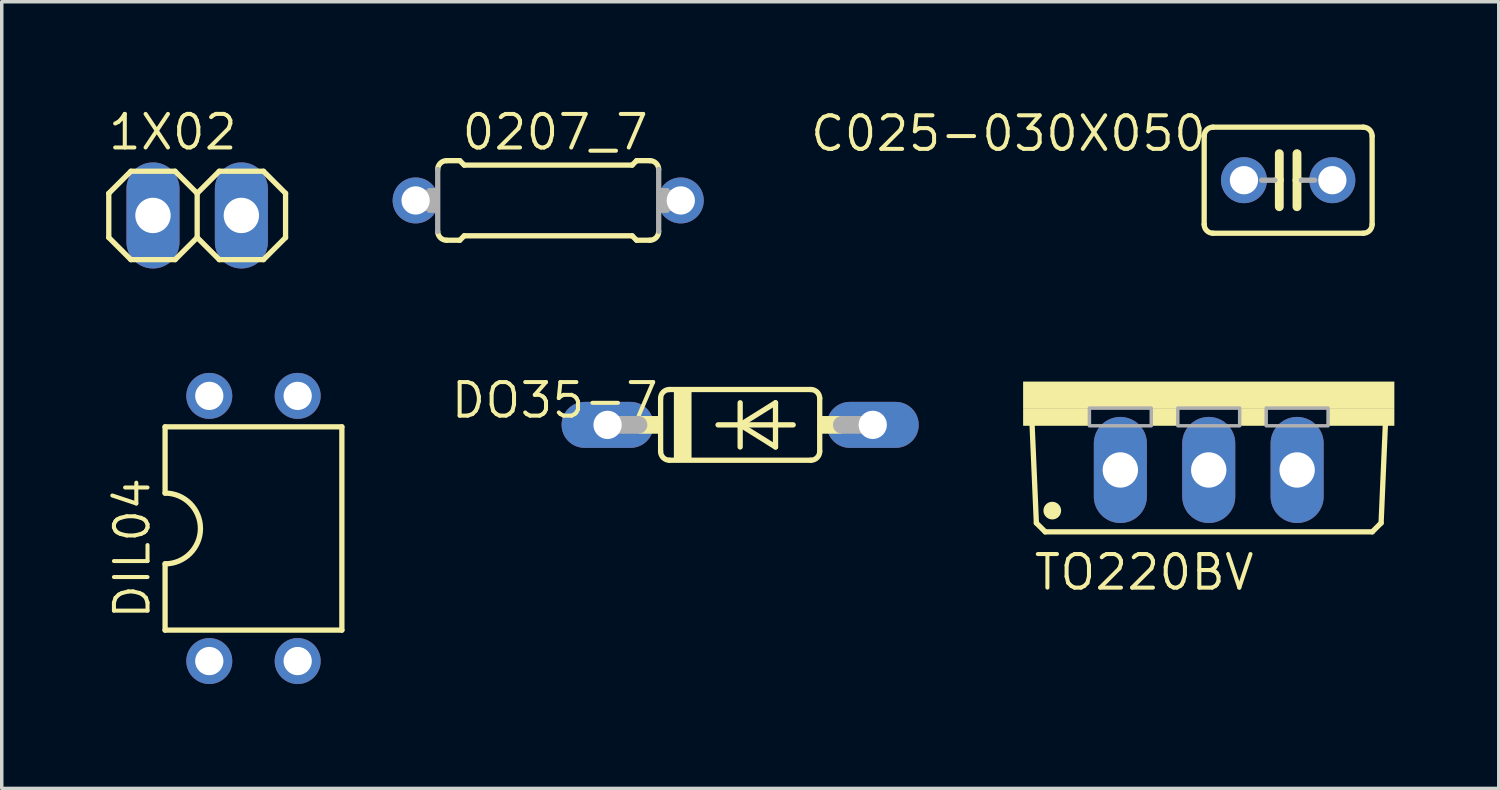
<source format=kicad_pcb>
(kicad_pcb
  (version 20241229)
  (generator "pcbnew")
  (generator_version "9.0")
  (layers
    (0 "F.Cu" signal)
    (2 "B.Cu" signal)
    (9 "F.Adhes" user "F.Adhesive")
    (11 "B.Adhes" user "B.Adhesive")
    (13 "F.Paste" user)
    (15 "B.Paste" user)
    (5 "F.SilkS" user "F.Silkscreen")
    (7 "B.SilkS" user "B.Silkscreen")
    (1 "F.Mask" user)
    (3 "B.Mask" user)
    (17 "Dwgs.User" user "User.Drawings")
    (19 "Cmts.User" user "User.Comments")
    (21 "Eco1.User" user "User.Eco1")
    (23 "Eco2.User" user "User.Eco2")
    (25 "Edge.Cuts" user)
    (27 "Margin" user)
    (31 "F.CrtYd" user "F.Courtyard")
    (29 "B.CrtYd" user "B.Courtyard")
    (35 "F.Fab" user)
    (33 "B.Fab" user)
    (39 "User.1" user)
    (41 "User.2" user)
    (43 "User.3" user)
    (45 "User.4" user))
  (footprint "DO35-7"
    (layer "F.Cu")
    (at 18.219 9.159)
    (property "Reference" "DO35-7" (at -2.286 -1.27 180) (layer "F.SilkS") (effects (font (size 0.965 0.965) (thickness 0.116)) (justify right top)))
    (attr through_hole)
    (fp_line (start -2.286 -0.762) (end -2.286 0.762) (stroke (width 0.152) (type solid)) (layer "F.SilkS"))
    (fp_line (start -2.032 -1.016) (end 2.032 -1.016) (stroke (width 0.152) (type solid)) (layer "F.SilkS"))
    (fp_line (start -2.032 1.016) (end 2.032 1.016) (stroke (width 0.152) (type solid)) (layer "F.SilkS"))
    (fp_line (start -0.635 0) (end 0 0) (stroke (width 0.152) (type solid)) (layer "F.SilkS"))
    (fp_line (start 0 -0.635) (end 0 0) (stroke (width 0.152) (type solid)) (layer "F.SilkS"))
    (fp_line (start 0 0) (end 0 0.635) (stroke (width 0.152) (type solid)) (layer "F.SilkS"))
    (fp_line (start 0 0) (end 1.016 -0.635) (stroke (width 0.152) (type solid)) (layer "F.SilkS"))
    (fp_line (start 0 0) (end 1.524 0) (stroke (width 0.152) (type solid)) (layer "F.SilkS"))
    (fp_line (start 1.016 -0.635) (end 1.016 0.635) (stroke (width 0.152) (type solid)) (layer "F.SilkS"))
    (fp_line (start 1.016 0.635) (end 0 0) (stroke (width 0.152) (type solid)) (layer "F.SilkS"))
    (fp_line (start 2.286 -0.762) (end 2.286 0.762) (stroke (width 0.152) (type solid)) (layer "F.SilkS"))
    (fp_arc (start -2.286 -0.762) (mid -2.211605 -0.941605) (end -2.032 -1.016) (stroke (width 0.1524) (type solid)) (layer "F.SilkS"))
    (fp_arc (start -2.032 1.016) (mid -2.211605 0.941605) (end -2.286 0.762) (stroke (width 0.1524) (type solid)) (layer "F.SilkS"))
    (fp_arc (start 2.032 -1.016) (mid 2.211605 -0.941605) (end 2.286 -0.762) (stroke (width 0.1524) (type solid)) (layer "F.SilkS"))
    (fp_arc (start 2.286 0.762) (mid 2.211605 0.941605) (end 2.032 1.016) (stroke (width 0.1524) (type solid)) (layer "F.SilkS"))
    (fp_poly (pts (xy -2.921 0.254) (xy -2.286 0.254) (xy -2.286 -0.254) (xy -2.921 -0.254)) (stroke (width 0) (type solid)) (fill yes) (layer "F.SilkS"))
    (fp_poly (pts (xy -1.905 1.016) (xy -1.397 1.016) (xy -1.397 -1.016) (xy -1.905 -1.016)) (stroke (width 0) (type solid)) (fill yes) (layer "F.SilkS"))
    (fp_poly (pts (xy 2.286 0.254) (xy 2.921 0.254) (xy 2.921 -0.254) (xy 2.286 -0.254)) (stroke (width 0) (type solid)) (fill yes) (layer "F.SilkS"))
    (fp_line (start -3.81 0) (end -2.921 0) (stroke (width 0.508) (type solid)) (layer "F.Fab"))
    (fp_line (start 3.81 0) (end 2.921 0) (stroke (width 0.508) (type solid)) (layer "F.Fab"))
    (pad "A" thru_hole oval (at 3.81 0) (size 2.642 1.321) (drill 0.813) (layers "*.Cu" "*.Mask"))
    (pad "C" thru_hole oval (at -3.81 0) (size 2.642 1.321) (drill 0.813) (layers "*.Cu" "*.Mask")))
  (footprint "C025-030X050"
    (layer "F.Cu")
    (at 33.966 2.128)
    (property "Reference" "C025-030X050" (at -2.286 -1.905 180) (layer "F.SilkS") (effects (font (size 0.965 0.965) (thickness 0.116)) (justify right top)))
    (attr through_hole)
    (fp_line (start -2.413 -1.27) (end -2.413 1.27) (stroke (width 0.152) (type solid)) (layer "F.SilkS"))
    (fp_line (start -2.159 -1.524) (end 2.159 -1.524) (stroke (width 0.152) (type solid)) (layer "F.SilkS"))
    (fp_line (start -0.254 -0.762) (end -0.254 0) (stroke (width 0.254) (type solid)) (layer "F.SilkS"))
    (fp_line (start -0.254 0) (end -0.381 0) (stroke (width 0.152) (type solid)) (layer "F.SilkS"))
    (fp_line (start -0.254 0) (end -0.254 0.762) (stroke (width 0.254) (type solid)) (layer "F.SilkS"))
    (fp_line (start 0.254 0) (end 0.254 -0.762) (stroke (width 0.254) (type solid)) (layer "F.SilkS"))
    (fp_line (start 0.254 0) (end 0.254 0.762) (stroke (width 0.254) (type solid)) (layer "F.SilkS"))
    (fp_line (start 0.381 0) (end 0.254 0) (stroke (width 0.152) (type solid)) (layer "F.SilkS"))
    (fp_line (start 2.159 1.524) (end -2.159 1.524) (stroke (width 0.152) (type solid)) (layer "F.SilkS"))
    (fp_line (start 2.413 -1.27) (end 2.413 1.27) (stroke (width 0.152) (type solid)) (layer "F.SilkS"))
    (fp_arc (start -2.413 -1.27) (mid -2.338605 -1.449605) (end -2.159 -1.524) (stroke (width 0.1524) (type solid)) (layer "F.SilkS"))
    (fp_arc (start -2.159 1.524) (mid -2.338605 1.449605) (end -2.413 1.27) (stroke (width 0.1524) (type solid)) (layer "F.SilkS"))
    (fp_arc (start 2.159 -1.524) (mid 2.338605 -1.449605) (end 2.413 -1.27) (stroke (width 0.1524) (type solid)) (layer "F.SilkS"))
    (fp_arc (start 2.413 1.27) (mid 2.338605 1.449605) (end 2.159 1.524) (stroke (width 0.1524) (type solid)) (layer "F.SilkS"))
    (fp_line (start -0.381 0) (end -0.762 0) (stroke (width 0.152) (type solid)) (layer "F.Fab"))
    (fp_line (start 0.762 0) (end 0.381 0) (stroke (width 0.152) (type solid)) (layer "F.Fab"))
    (pad "1" thru_hole circle (at -1.27 0) (size 1.321 1.321) (drill 0.813) (layers "*.Cu" "*.Mask"))
    (pad "2" thru_hole circle (at 1.27 0) (size 1.321 1.321) (drill 0.813) (layers "*.Cu" "*.Mask")))
  (footprint "1X02"
    (layer "F.Cu")
    (at 2.616 3.141)
    (property "Reference" "1X02" (at -2.616 -1.829 0) (layer "F.SilkS") (effects (font (size 0.965 0.965) (thickness 0.116)) (justify left bottom)))
    (attr through_hole)
    (fp_line (start -2.54 -0.635) (end -2.54 0.635) (stroke (width 0.152) (type solid)) (layer "F.SilkS"))
    (fp_line (start -2.54 0.635) (end -1.905 1.27) (stroke (width 0.152) (type solid)) (layer "F.SilkS"))
    (fp_line (start -1.905 -1.27) (end -2.54 -0.635) (stroke (width 0.152) (type solid)) (layer "F.SilkS"))
    (fp_line (start -1.905 -1.27) (end -0.635 -1.27) (stroke (width 0.152) (type solid)) (layer "F.SilkS"))
    (fp_line (start -0.635 -1.27) (end 0 -0.635) (stroke (width 0.152) (type solid)) (layer "F.SilkS"))
    (fp_line (start -0.635 1.27) (end -1.905 1.27) (stroke (width 0.152) (type solid)) (layer "F.SilkS"))
    (fp_line (start 0 -0.635) (end 0 0.635) (stroke (width 0.152) (type solid)) (layer "F.SilkS"))
    (fp_line (start 0 -0.635) (end 0.635 -1.27) (stroke (width 0.152) (type solid)) (layer "F.SilkS"))
    (fp_line (start 0 0.635) (end -0.635 1.27) (stroke (width 0.152) (type solid)) (layer "F.SilkS"))
    (fp_line (start 0.635 -1.27) (end 1.905 -1.27) (stroke (width 0.152) (type solid)) (layer "F.SilkS"))
    (fp_line (start 0.635 1.27) (end 0 0.635) (stroke (width 0.152) (type solid)) (layer "F.SilkS"))
    (fp_line (start 1.905 -1.27) (end 2.54 -0.635) (stroke (width 0.152) (type solid)) (layer "F.SilkS"))
    (fp_line (start 1.905 1.27) (end 0.635 1.27) (stroke (width 0.152) (type solid)) (layer "F.SilkS"))
    (fp_line (start 2.54 -0.635) (end 2.54 0.635) (stroke (width 0.152) (type solid)) (layer "F.SilkS"))
    (fp_line (start 2.54 0.635) (end 1.905 1.27) (stroke (width 0.152) (type solid)) (layer "F.SilkS"))
    (fp_poly (pts (xy -1.524 0.254) (xy -1.016 0.254) (xy -1.016 -0.254) (xy -1.524 -0.254)) (stroke (width 0.1) (type solid)) (fill no) (layer "F.Fab"))
    (fp_poly (pts (xy 1.016 0.254) (xy 1.524 0.254) (xy 1.524 -0.254) (xy 1.016 -0.254)) (stroke (width 0.1) (type solid)) (fill no) (layer "F.Fab"))
    (pad "1" thru_hole oval (at -1.27 0 90) (size 3.048 1.524) (drill 1.016) (layers "*.Cu" "*.Mask"))
    (pad "2" thru_hole oval (at 1.27 0 90) (size 3.048 1.524) (drill 1.016) (layers "*.Cu" "*.Mask")))
  (footprint "0207_7"
    (layer "F.Cu")
    (at 12.703 2.71)
    (property "Reference" "0207_7" (at -2.54 -1.397 0) (layer "F.SilkS") (effects (font (size 0.965 0.965) (thickness 0.116)) (justify left bottom)))
    (attr through_hole)
    (fp_line (start -2.921 -1.143) (end -2.54 -1.143) (stroke (width 0.152) (type solid)) (layer "F.SilkS"))
    (fp_line (start -2.921 1.143) (end -2.54 1.143) (stroke (width 0.152) (type solid)) (layer "F.SilkS"))
    (fp_line (start -2.413 -1.016) (end -2.54 -1.143) (stroke (width 0.152) (type solid)) (layer "F.SilkS"))
    (fp_line (start -2.413 1.016) (end -2.54 1.143) (stroke (width 0.152) (type solid)) (layer "F.SilkS"))
    (fp_line (start 2.413 -1.016) (end -2.413 -1.016) (stroke (width 0.152) (type solid)) (layer "F.SilkS"))
    (fp_line (start 2.413 -1.016) (end 2.54 -1.143) (stroke (width 0.152) (type solid)) (layer "F.SilkS"))
    (fp_line (start 2.413 1.016) (end -2.413 1.016) (stroke (width 0.152) (type solid)) (layer "F.SilkS"))
    (fp_line (start 2.413 1.016) (end 2.54 1.143) (stroke (width 0.152) (type solid)) (layer "F.SilkS"))
    (fp_line (start 2.921 -1.143) (end 2.54 -1.143) (stroke (width 0.152) (type solid)) (layer "F.SilkS"))
    (fp_line (start 2.921 1.143) (end 2.54 1.143) (stroke (width 0.152) (type solid)) (layer "F.SilkS"))
    (fp_arc (start -3.175 -0.889) (mid -3.100605 -1.068605) (end -2.921 -1.143) (stroke (width 0.1524) (type solid)) (layer "F.SilkS"))
    (fp_arc (start -2.921 1.143) (mid -3.100605 1.068605) (end -3.175 0.889) (stroke (width 0.1524) (type solid)) (layer "F.SilkS"))
    (fp_arc (start 2.921 -1.143) (mid 3.100605 -1.068605) (end 3.175 -0.889) (stroke (width 0.1524) (type solid)) (layer "F.SilkS"))
    (fp_arc (start 3.175 0.889) (mid 3.100605 1.068605) (end 2.921 1.143) (stroke (width 0.1524) (type solid)) (layer "F.SilkS"))
    (fp_line (start -3.81 0) (end -3.429 0) (stroke (width 0.61) (type solid)) (layer "F.Fab"))
    (fp_line (start -3.175 0.889) (end -3.175 -0.889) (stroke (width 0.152) (type solid)) (layer "F.Fab"))
    (fp_line (start 3.175 0.889) (end 3.175 -0.889) (stroke (width 0.152) (type solid)) (layer "F.Fab"))
    (fp_line (start 3.429 0) (end 3.81 0) (stroke (width 0.61) (type solid)) (layer "F.Fab"))
    (fp_poly (pts (xy -3.429 0.305) (xy -3.175 0.305) (xy -3.175 -0.305) (xy -3.429 -0.305)) (stroke (width 0.1) (type solid)) (fill no) (layer "F.Fab"))
    (fp_poly (pts (xy 3.175 0.305) (xy 3.429 0.305) (xy 3.429 -0.305) (xy 3.175 -0.305)) (stroke (width 0.1) (type solid)) (fill no) (layer "F.Fab"))
    (pad "1" thru_hole circle (at -3.81 0) (size 1.321 1.321) (drill 0.813) (layers "*.Cu" "*.Mask"))
    (pad "2" thru_hole circle (at 3.81 0) (size 1.321 1.321) (drill 0.813) (layers "*.Cu" "*.Mask")))
  (footprint "TO220BV"
    (layer "F.Cu")
    (at 31.684 7.915)
    (property "Reference" "TO220BV" (at -5.08 6.045 0) (layer "F.SilkS") (effects (font (size 0.965 0.965) (thickness 0.116)) (justify left bottom)))
    (attr through_hole)
    (fp_line (start -4.953 4.064) (end -5.08 1.143) (stroke (width 0.152) (type solid)) (layer "F.SilkS"))
    (fp_line (start -4.953 4.064) (end -4.699 4.318) (stroke (width 0.152) (type solid)) (layer "F.SilkS"))
    (fp_line (start 4.699 4.318) (end -4.699 4.318) (stroke (width 0.152) (type solid)) (layer "F.SilkS"))
    (fp_line (start 4.699 4.318) (end 4.953 4.064) (stroke (width 0.152) (type solid)) (layer "F.SilkS"))
    (fp_line (start 5.08 1.143) (end 4.953 4.064) (stroke (width 0.152) (type solid)) (layer "F.SilkS"))
    (fp_circle (center -4.496 3.708) (end -4.242 3.708) (stroke (width 0) (type solid)) (fill yes) (layer "F.SilkS"))
    (fp_poly (pts (xy -5.334 0.762) (xy 5.334 0.762) (xy 5.334 0) (xy -5.334 0)) (stroke (width 0) (type solid)) (fill yes) (layer "F.SilkS"))
    (fp_poly (pts (xy -5.334 1.27) (xy -3.429 1.27) (xy -3.429 0.762) (xy -5.334 0.762)) (stroke (width 0) (type solid)) (fill yes) (layer "F.SilkS"))
    (fp_poly (pts (xy -1.651 1.27) (xy -0.889 1.27) (xy -0.889 0.762) (xy -1.651 0.762)) (stroke (width 0) (type solid)) (fill yes) (layer "F.SilkS"))
    (fp_poly (pts (xy 0.889 1.27) (xy 1.651 1.27) (xy 1.651 0.762) (xy 0.889 0.762)) (stroke (width 0) (type solid)) (fill yes) (layer "F.SilkS"))
    (fp_poly (pts (xy 3.429 1.27) (xy 5.334 1.27) (xy 5.334 0.762) (xy 3.429 0.762)) (stroke (width 0) (type solid)) (fill yes) (layer "F.SilkS"))
    (fp_poly (pts (xy -3.429 1.27) (xy -1.651 1.27) (xy -1.651 0.762) (xy -3.429 0.762)) (stroke (width 0.1) (type solid)) (fill no) (layer "F.Fab"))
    (fp_poly (pts (xy -0.889 1.27) (xy 0.889 1.27) (xy 0.889 0.762) (xy -0.889 0.762)) (stroke (width 0.1) (type solid)) (fill no) (layer "F.Fab"))
    (fp_poly (pts (xy 1.651 1.27) (xy 3.429 1.27) (xy 3.429 0.762) (xy 1.651 0.762)) (stroke (width 0.1) (type solid)) (fill no) (layer "F.Fab"))
    (pad "D" thru_hole oval (at 0 2.54 90) (size 3.048 1.524) (drill 1.016) (layers "*.Cu" "*.Mask"))
    (pad "G" thru_hole oval (at -2.54 2.54 90) (size 3.048 1.524) (drill 1.016) (layers "*.Cu" "*.Mask"))
    (pad "S" thru_hole oval (at 2.54 2.54 90) (size 3.048 1.524) (drill 1.016) (layers "*.Cu" "*.Mask")))
  (footprint "DIL04"
    (layer "F.Cu")
    (at 4.234 12.136)
    (property "Reference" "DIL04" (at -2.921 2.667 90) (layer "F.SilkS") (effects (font (size 0.965 0.965) (thickness 0.116)) (justify left bottom)))
    (attr through_hole)
    (fp_line (start -2.54 -2.921) (end -2.54 -1.016) (stroke (width 0.152) (type solid)) (layer "F.SilkS"))
    (fp_line (start -2.54 2.921) (end -2.54 1.016) (stroke (width 0.152) (type solid)) (layer "F.SilkS"))
    (fp_line (start -2.54 2.921) (end 2.54 2.921) (stroke (width 0.152) (type solid)) (layer "F.SilkS"))
    (fp_line (start 2.54 -2.921) (end -2.54 -2.921) (stroke (width 0.152) (type solid)) (layer "F.SilkS"))
    (fp_line (start 2.54 -2.921) (end 2.54 2.921) (stroke (width 0.152) (type solid)) (layer "F.SilkS"))
    (fp_arc (start -2.54 -1.016) (mid -1.524 0) (end -2.54 1.016) (stroke (width 0.1524) (type solid)) (layer "F.SilkS"))
    (pad "1" thru_hole circle (at -1.27 3.81 270) (size 1.321 1.321) (drill 0.813) (layers "*.Cu" "*.Mask"))
    (pad "2" thru_hole circle (at 1.27 3.81 270) (size 1.321 1.321) (drill 0.813) (layers "*.Cu" "*.Mask"))
    (pad "3" thru_hole circle (at 1.27 -3.81 90) (size 1.321 1.321) (drill 0.813) (layers "*.Cu" "*.Mask"))
    (pad "4" thru_hole circle (at -1.27 -3.81 90) (size 1.321 1.321) (drill 0.813) (layers "*.Cu" "*.Mask")))
  (gr_rect
    (start -3 -3)
    (end 40.018 19.606)
    (stroke (width 0.1) (type default))
    (fill no)
    (layer "Edge.Cuts")))
</source>
